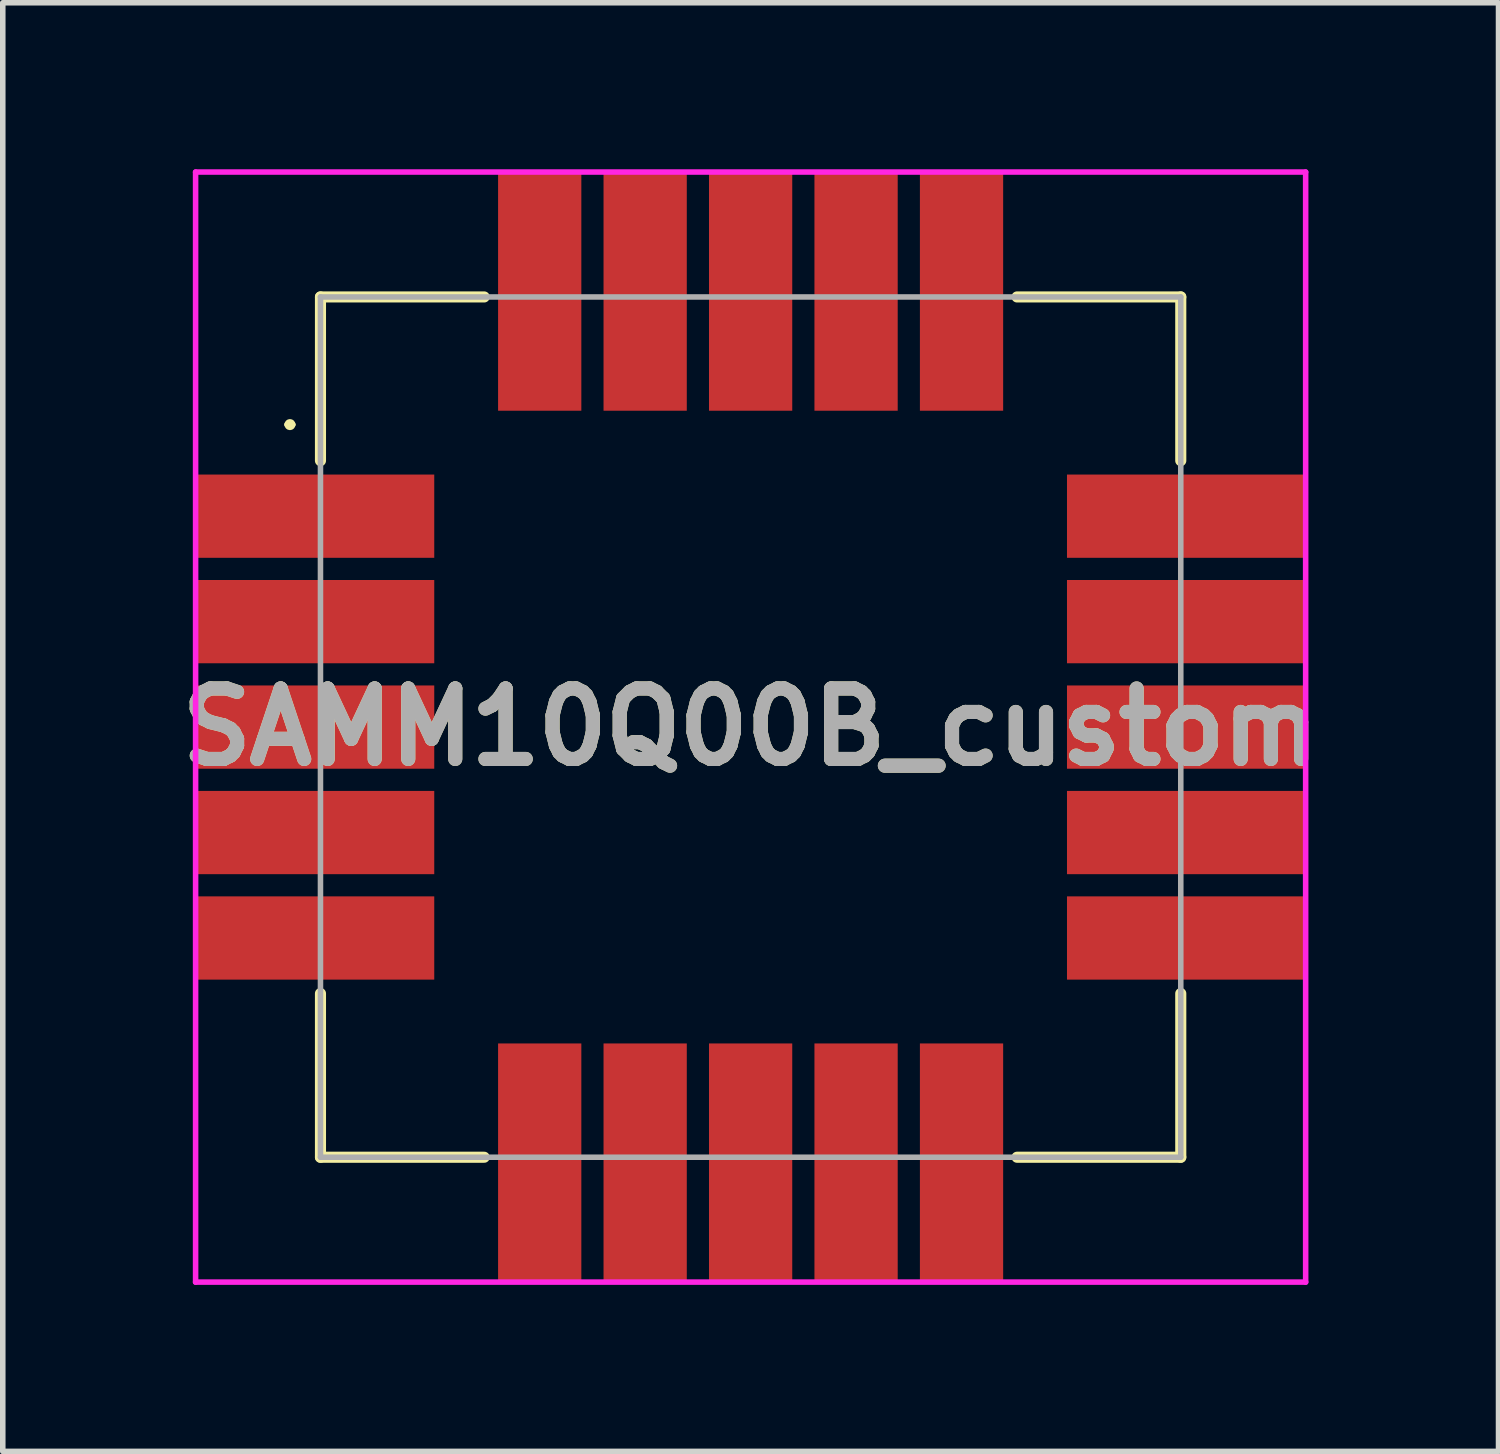
<source format=kicad_pcb>
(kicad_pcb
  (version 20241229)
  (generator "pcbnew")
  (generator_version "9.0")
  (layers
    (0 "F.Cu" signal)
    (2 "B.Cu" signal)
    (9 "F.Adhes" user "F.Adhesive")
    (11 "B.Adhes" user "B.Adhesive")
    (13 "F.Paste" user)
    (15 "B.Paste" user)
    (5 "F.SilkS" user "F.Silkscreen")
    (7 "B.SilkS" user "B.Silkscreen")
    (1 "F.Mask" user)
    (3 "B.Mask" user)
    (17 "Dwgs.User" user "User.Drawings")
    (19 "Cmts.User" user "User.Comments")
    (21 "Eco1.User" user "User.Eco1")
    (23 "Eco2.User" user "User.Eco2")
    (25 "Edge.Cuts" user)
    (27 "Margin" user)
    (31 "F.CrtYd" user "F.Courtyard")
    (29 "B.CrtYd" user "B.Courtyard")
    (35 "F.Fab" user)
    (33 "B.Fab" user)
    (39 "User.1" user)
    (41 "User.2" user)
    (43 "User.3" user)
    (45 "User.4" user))
  (footprint "SAMM10Q00B_custom"
    (layer "F.Cu")
    (at 10.474 10.05)
    (property "Reference" "SAMM10Q00B_custom" (at 0 0 0) (layer "F.SilkS") (effects (font (size 1.27 1.27) (thickness 0.254))))
    (attr smd)
    (fp_line (start -8.35 -5.45) (end -8.35 -5.45) (stroke (width 0.1) (type solid)) (layer "F.SilkS"))
    (fp_line (start -8.25 -5.45) (end -8.25 -5.45) (stroke (width 0.1) (type solid)) (layer "F.SilkS"))
    (fp_line (start -7.75 -7.75) (end -4.8 -7.75) (stroke (width 0.2) (type solid)) (layer "F.SilkS"))
    (fp_line (start -7.75 -4.8) (end -7.75 -7.75) (stroke (width 0.2) (type solid)) (layer "F.SilkS"))
    (fp_line (start -7.75 4.8) (end -7.75 7.75) (stroke (width 0.2) (type solid)) (layer "F.SilkS"))
    (fp_line (start -7.75 7.75) (end -4.8 7.75) (stroke (width 0.2) (type solid)) (layer "F.SilkS"))
    (fp_line (start 4.8 -7.75) (end 7.75 -7.75) (stroke (width 0.2) (type solid)) (layer "F.SilkS"))
    (fp_line (start 7.75 -7.75) (end 7.75 -4.8) (stroke (width 0.2) (type solid)) (layer "F.SilkS"))
    (fp_line (start 7.75 4.8) (end 7.75 7.75) (stroke (width 0.2) (type solid)) (layer "F.SilkS"))
    (fp_line (start 7.75 7.75) (end 4.8 7.75) (stroke (width 0.2) (type solid)) (layer "F.SilkS"))
    (fp_arc (start -8.35 -5.45) (mid -8.3 -5.5) (end -8.25 -5.45) (stroke (width 0.1) (type solid)) (layer "F.SilkS"))
    (fp_arc (start -8.25 -5.45) (mid -8.3 -5.4) (end -8.35 -5.45) (stroke (width 0.1) (type solid)) (layer "F.SilkS"))
    (fp_line (start -10 -10) (end 10 -10) (stroke (width 0.1) (type solid)) (layer "F.CrtYd"))
    (fp_line (start -10 10) (end -10 -10) (stroke (width 0.1) (type solid)) (layer "F.CrtYd"))
    (fp_line (start 10 -10) (end 10 10) (stroke (width 0.1) (type solid)) (layer "F.CrtYd"))
    (fp_line (start 10 10) (end -10 10) (stroke (width 0.1) (type solid)) (layer "F.CrtYd"))
    (fp_line (start -7.75 -7.75) (end 7.75 -7.75) (stroke (width 0.1) (type solid)) (layer "F.Fab"))
    (fp_line (start -7.75 7.75) (end -7.75 -7.75) (stroke (width 0.1) (type solid)) (layer "F.Fab"))
    (fp_line (start 7.75 -7.75) (end 7.75 7.75) (stroke (width 0.1) (type solid)) (layer "F.Fab"))
    (fp_line (start 7.75 7.75) (end -7.75 7.75) (stroke (width 0.1) (type solid)) (layer "F.Fab"))
    (fp_text user "${REFERENCE}" (at 0 0 0) (layer "F.Fab") (effects (font (size 1.27 1.27) (thickness 0.254))))
    (pad "1" smd rect (at -7.85 -3.8 90) (size 1.5 4.3) (layers "F.Cu" "F.Mask" "F.Paste"))
    (pad "2" smd rect (at -7.85 -1.9 90) (size 1.5 4.3) (layers "F.Cu" "F.Mask" "F.Paste"))
    (pad "3" smd rect (at -7.85 0 90) (size 1.5 4.3) (layers "F.Cu" "F.Mask" "F.Paste"))
    (pad "4" smd rect (at -7.85 1.9 90) (size 1.5 4.3) (layers "F.Cu" "F.Mask" "F.Paste"))
    (pad "5" smd rect (at -7.85 3.8 90) (size 1.5 4.3) (layers "F.Cu" "F.Mask" "F.Paste"))
    (pad "6" smd rect (at -3.8 7.85) (size 1.5 4.3) (layers "F.Cu" "F.Mask" "F.Paste"))
    (pad "7" smd rect (at -1.9 7.85) (size 1.5 4.3) (layers "F.Cu" "F.Mask" "F.Paste"))
    (pad "8" smd rect (at 0 7.85) (size 1.5 4.3) (layers "F.Cu" "F.Mask" "F.Paste"))
    (pad "9" smd rect (at 1.9 7.85) (size 1.5 4.3) (layers "F.Cu" "F.Mask" "F.Paste"))
    (pad "10" smd rect (at 3.8 7.85) (size 1.5 4.3) (layers "F.Cu" "F.Mask" "F.Paste"))
    (pad "11" smd rect (at 7.85 3.8 90) (size 1.5 4.3) (layers "F.Cu" "F.Mask" "F.Paste"))
    (pad "12" smd rect (at 7.85 1.9 90) (size 1.5 4.3) (layers "F.Cu" "F.Mask" "F.Paste"))
    (pad "13" smd rect (at 7.85 0 90) (size 1.5 4.3) (layers "F.Cu" "F.Mask" "F.Paste"))
    (pad "14" smd rect (at 7.85 -1.9 90) (size 1.5 4.3) (layers "F.Cu" "F.Mask" "F.Paste"))
    (pad "15" smd rect (at 7.85 -3.8 90) (size 1.5 4.3) (layers "F.Cu" "F.Mask" "F.Paste"))
    (pad "16" smd rect (at 3.8 -7.85) (size 1.5 4.3) (layers "F.Cu" "F.Mask" "F.Paste"))
    (pad "17" smd rect (at 1.9 -7.85) (size 1.5 4.3) (layers "F.Cu" "F.Mask" "F.Paste"))
    (pad "18" smd rect (at 0.000001 -7.85) (size 1.5 4.3) (layers "F.Cu" "F.Mask" "F.Paste"))
    (pad "19" smd rect (at -1.9 -7.85) (size 1.5 4.3) (layers "F.Cu" "F.Mask" "F.Paste"))
    (pad "20" smd rect (at -3.8 -7.85) (size 1.5 4.3) (layers "F.Cu" "F.Mask" "F.Paste")))
  (gr_rect
    (start -3 -3)
    (end 23.949 23.1)
    (stroke (width 0.1) (type default))
    (fill no)
    (layer "Edge.Cuts")))
</source>
